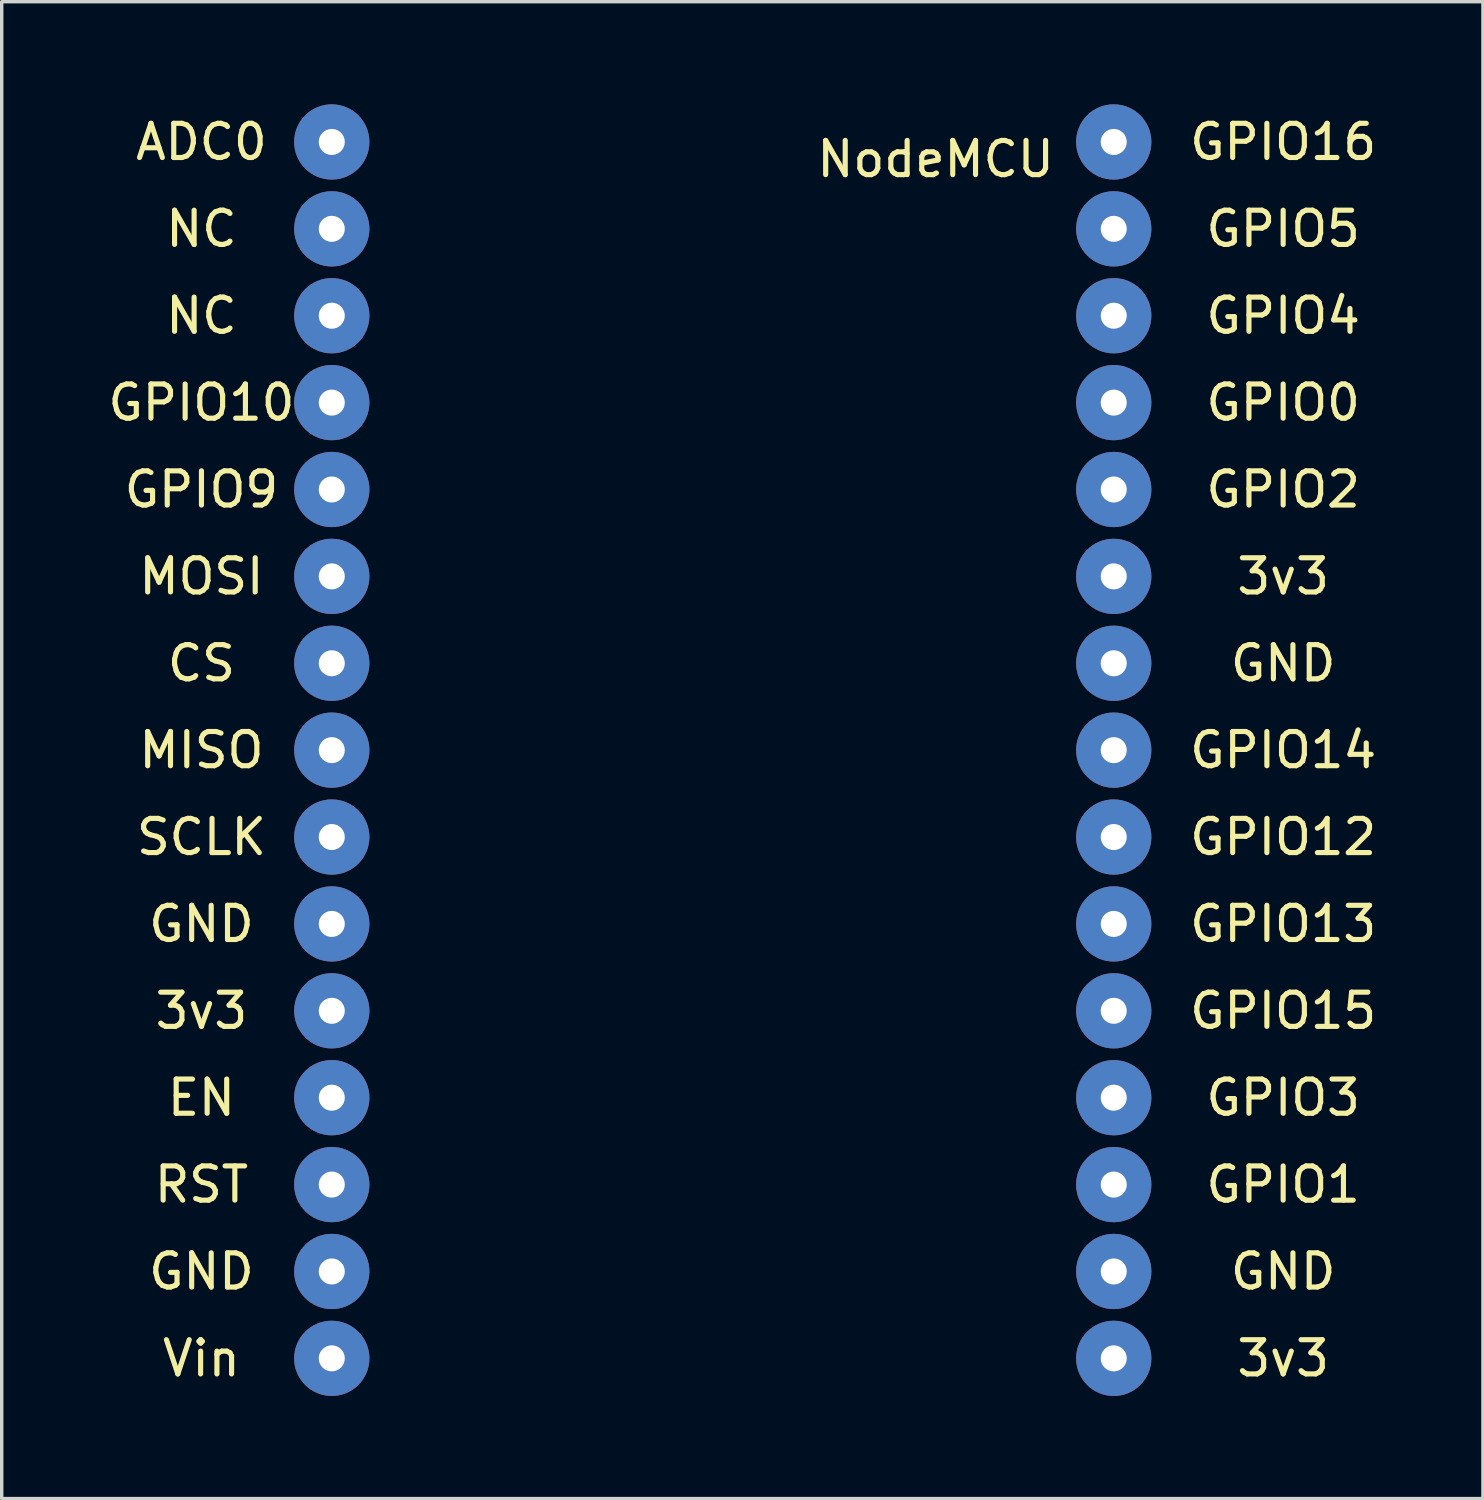
<source format=kicad_pcb>
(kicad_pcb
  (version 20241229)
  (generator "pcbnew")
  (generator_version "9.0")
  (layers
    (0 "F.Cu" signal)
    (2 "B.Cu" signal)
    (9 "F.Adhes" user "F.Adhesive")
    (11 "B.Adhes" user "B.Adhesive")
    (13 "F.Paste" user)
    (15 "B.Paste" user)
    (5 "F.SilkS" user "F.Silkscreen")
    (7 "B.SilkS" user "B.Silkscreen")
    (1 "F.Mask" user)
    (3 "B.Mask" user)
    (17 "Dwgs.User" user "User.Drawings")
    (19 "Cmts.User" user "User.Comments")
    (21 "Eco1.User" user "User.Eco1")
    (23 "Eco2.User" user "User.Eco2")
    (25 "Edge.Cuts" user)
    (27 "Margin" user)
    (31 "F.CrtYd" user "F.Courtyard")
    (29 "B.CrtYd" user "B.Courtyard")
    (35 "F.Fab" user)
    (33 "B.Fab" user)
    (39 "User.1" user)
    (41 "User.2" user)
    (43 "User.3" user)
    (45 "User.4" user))
  (footprint "NodeMCU"
    (layer "F.Cu")
    (at 11.729 1.1)
    (property "Reference" "NodeMCU" (at 12.573 0.5 0) (layer "F.SilkS") (effects (font (size 1 1) (thickness 0.15))))
    (attr through_hole)
    (fp_text user "GPIO3" (at 22.733 27.94 0) (layer "F.SilkS") (effects (font (size 1 1) (thickness 0.15))))
    (fp_text user "RST" (at -8.89 30.48 0) (layer "F.SilkS") (effects (font (size 1 1) (thickness 0.15))))
    (fp_text user "GPIO0" (at 22.733 7.62 0) (layer "F.SilkS") (effects (font (size 1 1) (thickness 0.15))))
    (fp_text user "GPIO5" (at 22.733 2.54 0) (layer "F.SilkS") (effects (font (size 1 1) (thickness 0.15))))
    (fp_text user "NC" (at -8.89 2.54 0) (layer "F.SilkS") (effects (font (size 1 1) (thickness 0.15))))
    (fp_text user "3v3" (at 22.733 35.56 0) (layer "F.SilkS") (effects (font (size 1 1) (thickness 0.15))))
    (fp_text user "GPIO10" (at -8.89 7.62 0) (layer "F.SilkS") (effects (font (size 1 1) (thickness 0.15))))
    (fp_text user "SCLK" (at -8.89 20.32 0) (layer "F.SilkS") (effects (font (size 1 1) (thickness 0.15))))
    (fp_text user "EN" (at -8.89 27.94 0) (layer "F.SilkS") (effects (font (size 1 1) (thickness 0.15))))
    (fp_text user "MISO" (at -8.89 17.78 0) (layer "F.SilkS") (effects (font (size 1 1) (thickness 0.15))))
    (fp_text user "GPIO2" (at 22.733 10.16 0) (layer "F.SilkS") (effects (font (size 1 1) (thickness 0.15))))
    (fp_text user "GND" (at 22.733 15.24 0) (layer "F.SilkS") (effects (font (size 1 1) (thickness 0.15))))
    (fp_text user "GPIO13" (at 22.733 22.86 0) (layer "F.SilkS") (effects (font (size 1 1) (thickness 0.15))))
    (fp_text user "3v3" (at 22.733 12.7 0) (layer "F.SilkS") (effects (font (size 1 1) (thickness 0.15))))
    (fp_text user "CS" (at -8.89 15.24 0) (layer "F.SilkS") (effects (font (size 1 1) (thickness 0.15))))
    (fp_text user "GPIO12" (at 22.733 20.32 0) (layer "F.SilkS") (effects (font (size 1 1) (thickness 0.15))))
    (fp_text user "NC" (at -8.89 5.08 0) (layer "F.SilkS") (effects (font (size 1 1) (thickness 0.15))))
    (fp_text user "GND" (at -8.89 33.02 0) (layer "F.SilkS") (effects (font (size 1 1) (thickness 0.15))))
    (fp_text user "GPIO15" (at 22.733 25.4 0) (layer "F.SilkS") (effects (font (size 1 1) (thickness 0.15))))
    (fp_text user "GPIO14" (at 22.733 17.78 0) (layer "F.SilkS") (effects (font (size 1 1) (thickness 0.15))))
    (fp_text user "ADC0" (at -8.89 0 0) (layer "F.SilkS") (effects (font (size 1 1) (thickness 0.15))))
    (fp_text user "MOSI" (at -8.89 12.7 0) (layer "F.SilkS") (effects (font (size 1 1) (thickness 0.15))))
    (fp_text user "GPIO4" (at 22.733 5.08 0) (layer "F.SilkS") (effects (font (size 1 1) (thickness 0.15))))
    (fp_text user "GPIO16" (at 22.733 0 0) (layer "F.SilkS") (effects (font (size 1 1) (thickness 0.15))))
    (fp_text user "GPIO9" (at -8.89 10.16 0) (layer "F.SilkS") (effects (font (size 1 1) (thickness 0.15))))
    (fp_text user "GND" (at 22.733 33.02 0) (layer "F.SilkS") (effects (font (size 1 1) (thickness 0.15))))
    (fp_text user "Vin" (at -8.89 35.56 0) (layer "F.SilkS") (effects (font (size 1 1) (thickness 0.15))))
    (fp_text user "3v3" (at -8.89 25.4 0) (layer "F.SilkS") (effects (font (size 1 1) (thickness 0.15))))
    (fp_text user "GND" (at -8.89 22.86 0) (layer "F.SilkS") (effects (font (size 1 1) (thickness 0.15))))
    (fp_text user "GPIO1" (at 22.733 30.48 0) (layer "F.SilkS") (effects (font (size 1 1) (thickness 0.15))))
    (pad "1" thru_hole circle (at -5.08 0) (size 2.2 2.2) (drill 0.762) (layers "*.Cu" "*.Mask"))
    (pad "2" thru_hole circle (at -5.08 2.54) (size 2.2 2.2) (drill 0.762) (layers "*.Cu" "*.Mask"))
    (pad "3" thru_hole circle (at -5.08 5.08) (size 2.2 2.2) (drill 0.762) (layers "*.Cu" "*.Mask"))
    (pad "4" thru_hole circle (at -5.08 7.62) (size 2.2 2.2) (drill 0.762) (layers "*.Cu" "*.Mask"))
    (pad "5" thru_hole circle (at -5.08 10.16) (size 2.2 2.2) (drill 0.762) (layers "*.Cu" "*.Mask"))
    (pad "6" thru_hole circle (at -5.08 12.7) (size 2.2 2.2) (drill 0.762) (layers "*.Cu" "*.Mask"))
    (pad "7" thru_hole circle (at -5.08 15.24) (size 2.2 2.2) (drill 0.762) (layers "*.Cu" "*.Mask"))
    (pad "8" thru_hole circle (at -5.08 17.78) (size 2.2 2.2) (drill 0.762) (layers "*.Cu" "*.Mask"))
    (pad "9" thru_hole circle (at -5.08 20.32) (size 2.2 2.2) (drill 0.762) (layers "*.Cu" "*.Mask"))
    (pad "10" thru_hole circle (at -5.08 22.86) (size 2.2 2.2) (drill 0.762) (layers "*.Cu" "*.Mask"))
    (pad "11" thru_hole circle (at -5.08 25.4) (size 2.2 2.2) (drill 0.762) (layers "*.Cu" "*.Mask"))
    (pad "12" thru_hole circle (at -5.08 27.94) (size 2.2 2.2) (drill 0.762) (layers "*.Cu" "*.Mask"))
    (pad "13" thru_hole circle (at -5.08 30.48) (size 2.2 2.2) (drill 0.762) (layers "*.Cu" "*.Mask"))
    (pad "14" thru_hole circle (at -5.08 33.02) (size 2.2 2.2) (drill 0.762) (layers "*.Cu" "*.Mask"))
    (pad "15" thru_hole circle (at -5.08 35.56) (size 2.2 2.2) (drill 0.762) (layers "*.Cu" "*.Mask"))
    (pad "16" thru_hole circle (at 17.78 35.56) (size 2.2 2.2) (drill 0.762) (layers "*.Cu" "*.Mask"))
    (pad "17" thru_hole circle (at 17.78 33.02) (size 2.2 2.2) (drill 0.762) (layers "*.Cu" "*.Mask"))
    (pad "18" thru_hole circle (at 17.78 30.48) (size 2.2 2.2) (drill 0.762) (layers "*.Cu" "*.Mask"))
    (pad "19" thru_hole circle (at 17.78 27.94) (size 2.2 2.2) (drill 0.762) (layers "*.Cu" "*.Mask"))
    (pad "20" thru_hole circle (at 17.78 25.4) (size 2.2 2.2) (drill 0.762) (layers "*.Cu" "*.Mask"))
    (pad "21" thru_hole circle (at 17.78 22.86) (size 2.2 2.2) (drill 0.762) (layers "*.Cu" "*.Mask"))
    (pad "22" thru_hole circle (at 17.78 20.32) (size 2.2 2.2) (drill 0.762) (layers "*.Cu" "*.Mask"))
    (pad "23" thru_hole circle (at 17.78 17.78) (size 2.2 2.2) (drill 0.762) (layers "*.Cu" "*.Mask"))
    (pad "24" thru_hole circle (at 17.78 15.24) (size 2.2 2.2) (drill 0.762) (layers "*.Cu" "*.Mask"))
    (pad "25" thru_hole circle (at 17.78 12.7) (size 2.2 2.2) (drill 0.762) (layers "*.Cu" "*.Mask"))
    (pad "26" thru_hole circle (at 17.78 10.16) (size 2.2 2.2) (drill 0.762) (layers "*.Cu" "*.Mask"))
    (pad "27" thru_hole circle (at 17.78 7.62) (size 2.2 2.2) (drill 0.762) (layers "*.Cu" "*.Mask"))
    (pad "28" thru_hole circle (at 17.78 5.08) (size 2.2 2.2) (drill 0.762) (layers "*.Cu" "*.Mask"))
    (pad "29" thru_hole circle (at 17.78 2.54) (size 2.2 2.2) (drill 0.762) (layers "*.Cu" "*.Mask"))
    (pad "30" thru_hole circle (at 17.78 0) (size 2.2 2.2) (drill 0.762) (layers "*.Cu" "*.Mask")))
  (gr_rect
    (start -3 -3)
    (end 40.302 40.76)
    (stroke (width 0.1) (type default))
    (fill no)
    (layer "Edge.Cuts")))
</source>
